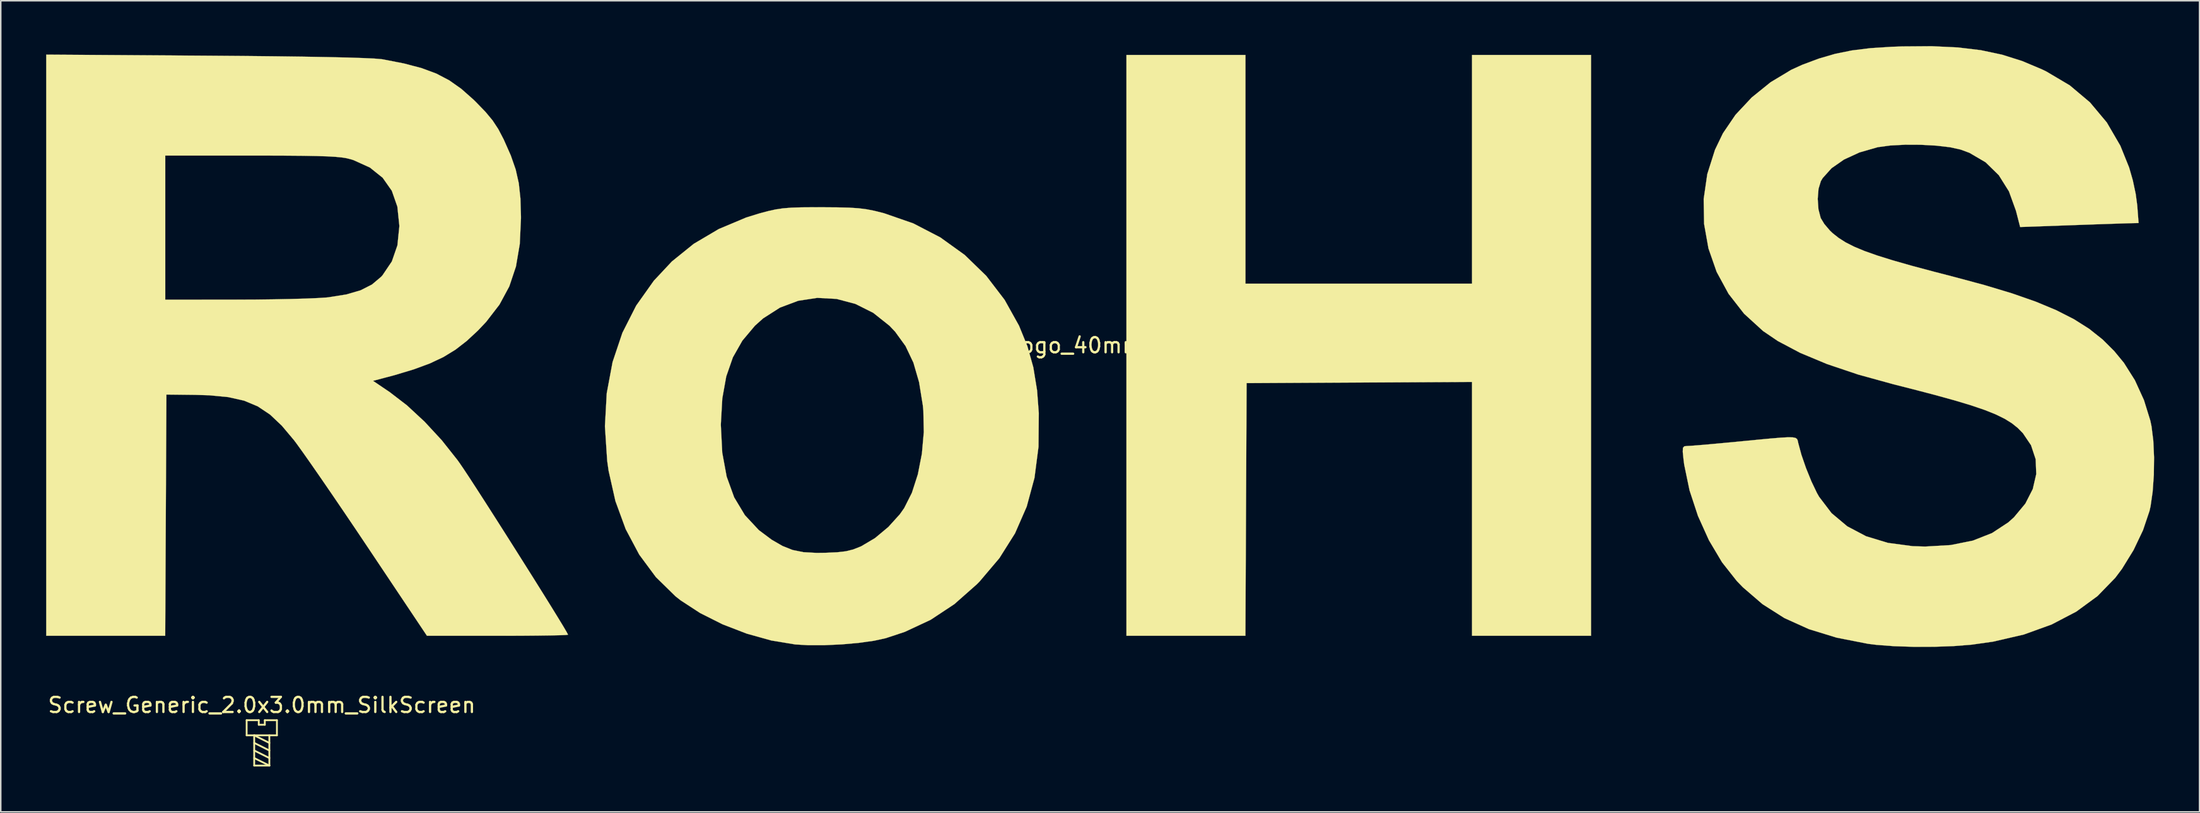
<source format=kicad_pcb>
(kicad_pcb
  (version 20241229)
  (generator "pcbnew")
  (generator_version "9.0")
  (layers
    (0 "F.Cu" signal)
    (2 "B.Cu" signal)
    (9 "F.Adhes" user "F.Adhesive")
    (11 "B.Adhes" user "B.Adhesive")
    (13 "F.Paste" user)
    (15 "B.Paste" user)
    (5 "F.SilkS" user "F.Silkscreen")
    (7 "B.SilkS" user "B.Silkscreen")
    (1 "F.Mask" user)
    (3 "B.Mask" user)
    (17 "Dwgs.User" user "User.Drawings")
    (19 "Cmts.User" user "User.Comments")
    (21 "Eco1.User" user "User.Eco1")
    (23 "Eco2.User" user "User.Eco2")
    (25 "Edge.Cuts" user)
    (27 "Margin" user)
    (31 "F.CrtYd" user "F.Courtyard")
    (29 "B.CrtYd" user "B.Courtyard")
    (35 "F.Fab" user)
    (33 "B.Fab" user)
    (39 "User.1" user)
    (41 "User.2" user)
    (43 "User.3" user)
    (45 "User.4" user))
  (footprint "RoHS-Logo_40mm_SilkScreen"
    (layer "F.Cu")
    (at 69.704 19.785)
    (property "Reference" "RoHS-Logo_40mm_SilkScreen" (at 0 0 0) (layer "F.SilkS") (effects (font (size 1 1) (thickness 0.15))))
    (attr exclude_from_pos_files exclude_from_bom)
    (fp_poly (pts (xy 9.525 -4.082) (xy 24.493 -4.082) (xy 24.493 -19.201) (xy 32.355 -19.201) (xy 32.355 19.201) (xy 24.493 19.201) (xy 24.493 2.416) (xy 9.601 2.495) (xy 9.522 19.201) (xy 1.663 19.201) (xy 1.663 -19.201) (xy 9.525 -19.201) (xy 9.525 -4.082)) (stroke (width 0.01) (type solid)) (fill yes) (layer "F.SilkS"))
    (fp_poly (pts (xy -18.445 -9.132) (xy -17.436 -9.125) (xy -16.658 -9.106) (xy -16.041 -9.066) (xy -15.514 -9) (xy -15.006 -8.901) (xy -14.447 -8.762) (xy -14.353 -8.737) (xy -12.419 -8.065) (xy -10.635 -7.14) (xy -9.022 -5.979) (xy -7.599 -4.597) (xy -6.387 -3.012) (xy -5.434 -1.302) (xy -4.88 0.057) (xy -4.489 1.453) (xy -4.242 2.971) (xy -4.128 4.476) (xy -4.147 6.701) (xy -4.412 8.758) (xy -4.927 10.661) (xy -5.698 12.426) (xy -6.732 14.068) (xy -8.033 15.603) (xy -8.233 15.806) (xy -9.709 17.11) (xy -11.273 18.144) (xy -12.977 18.94) (xy -14.238 19.359) (xy -15.027 19.531) (xy -16.025 19.67) (xy -17.142 19.769) (xy -18.285 19.822) (xy -19.365 19.823) (xy -20.216 19.773) (xy -21.794 19.513) (xy -23.421 19.059) (xy -25.017 18.443) (xy -26.5 17.698) (xy -27.791 16.856) (xy -28.134 16.585) (xy -29.425 15.319) (xy -30.524 13.834) (xy -31.418 12.152) (xy -32.097 10.296) (xy -32.548 8.29) (xy -32.641 7.635) (xy -32.791 5.346) (xy -32.788 5.292) (xy -25.132 5.292) (xy -25.04 7.093) (xy -24.749 8.675) (xy -24.252 10.048) (xy -23.545 11.224) (xy -22.623 12.214) (xy -21.771 12.851) (xy -21.063 13.26) (xy -20.397 13.526) (xy -19.679 13.672) (xy -18.812 13.72) (xy -18.218 13.713) (xy -17.441 13.678) (xy -16.865 13.611) (xy -16.39 13.493) (xy -15.917 13.306) (xy -15.842 13.272) (xy -14.947 12.74) (xy -14.069 12.008) (xy -13.309 11.168) (xy -13.02 10.757) (xy -12.511 9.746) (xy -12.117 8.522) (xy -11.851 7.161) (xy -11.725 5.735) (xy -11.755 4.319) (xy -11.789 3.967) (xy -12.036 2.435) (xy -12.411 1.142) (xy -12.932 0.043) (xy -13.618 -0.904) (xy -13.994 -1.3) (xy -15.066 -2.152) (xy -16.244 -2.742) (xy -17.489 -3.072) (xy -18.761 -3.141) (xy -20.02 -2.95) (xy -21.226 -2.498) (xy -22.34 -1.785) (xy -22.883 -1.298) (xy -23.711 -0.313) (xy -24.338 0.792) (xy -24.776 2.054) (xy -25.036 3.505) (xy -25.131 5.18) (xy -25.132 5.292) (xy -32.788 5.292) (xy -32.671 3.164) (xy -32.285 1.101) (xy -31.636 -0.834) (xy -30.726 -2.629) (xy -29.561 -4.273) (xy -28.369 -5.547) (xy -26.922 -6.716) (xy -25.268 -7.694) (xy -23.455 -8.456) (xy -22.59 -8.724) (xy -22.012 -8.878) (xy -21.515 -8.988) (xy -21.027 -9.061) (xy -20.479 -9.105) (xy -19.801 -9.127) (xy -18.922 -9.133) (xy -18.445 -9.132)) (stroke (width 0.01) (type solid)) (fill yes) (layer "F.SilkS"))
    (fp_poly (pts (xy -59.078 -19.153) (xy -56.703 -19.135) (xy -54.581 -19.113) (xy -52.719 -19.089) (xy -51.124 -19.061) (xy -49.802 -19.031) (xy -48.761 -18.997) (xy -48.007 -18.962) (xy -47.546 -18.923) (xy -47.474 -18.913) (xy -46.07 -18.639) (xy -44.909 -18.334) (xy -43.93 -17.971) (xy -43.074 -17.522) (xy -42.279 -16.961) (xy -41.486 -16.259) (xy -41.317 -16.094) (xy -40.681 -15.437) (xy -40.211 -14.871) (xy -39.836 -14.301) (xy -39.487 -13.633) (xy -39.468 -13.593) (xy -39.008 -12.555) (xy -38.686 -11.629) (xy -38.481 -10.716) (xy -38.373 -9.714) (xy -38.338 -8.525) (xy -38.338 -8.391) (xy -38.417 -6.698) (xy -38.668 -5.217) (xy -39.108 -3.899) (xy -39.758 -2.695) (xy -40.635 -1.557) (xy -41.185 -0.976) (xy -41.924 -0.29) (xy -42.663 0.283) (xy -43.457 0.769) (xy -44.359 1.194) (xy -45.421 1.586) (xy -46.698 1.971) (xy -47.604 2.212) (xy -48.112 2.343) (xy -46.999 3.097) (xy -45.867 3.967) (xy -44.7 5.05) (xy -43.567 6.275) (xy -42.538 7.574) (xy -42.386 7.786) (xy -42.126 8.168) (xy -41.748 8.74) (xy -41.273 9.471) (xy -40.72 10.329) (xy -40.11 11.283) (xy -39.462 12.301) (xy -38.796 13.352) (xy -38.133 14.403) (xy -37.491 15.423) (xy -36.892 16.381) (xy -36.355 17.245) (xy -35.9 17.984) (xy -35.547 18.564) (xy -35.317 18.956) (xy -35.228 19.127) (xy -35.227 19.13) (xy -35.372 19.148) (xy -35.784 19.164) (xy -36.424 19.178) (xy -37.258 19.189) (xy -38.248 19.197) (xy -39.358 19.201) (xy -39.888 19.201) (xy -44.548 19.201) (xy -48.411 13.418) (xy -49.243 12.176) (xy -50.062 10.964) (xy -50.844 9.815) (xy -51.566 8.762) (xy -52.206 7.839) (xy -52.74 7.079) (xy -53.145 6.516) (xy -53.33 6.269) (xy -54.132 5.314) (xy -54.911 4.577) (xy -55.724 4.033) (xy -56.627 3.655) (xy -57.675 3.42) (xy -58.925 3.3) (xy -59.863 3.272) (xy -61.761 3.251) (xy -61.8 11.226) (xy -61.84 19.201) (xy -69.699 19.201) (xy -69.699 -12.549) (xy -61.837 -12.549) (xy -61.837 -3.024) (xy -57.112 -3.025) (xy -55.872 -3.03) (xy -54.665 -3.045) (xy -53.54 -3.067) (xy -52.551 -3.095) (xy -51.747 -3.129) (xy -51.18 -3.166) (xy -51.066 -3.178) (xy -49.876 -3.367) (xy -48.931 -3.642) (xy -48.181 -4.024) (xy -47.577 -4.533) (xy -47.487 -4.632) (xy -46.868 -5.549) (xy -46.499 -6.616) (xy -46.374 -7.85) (xy -46.374 -7.938) (xy -46.503 -9.173) (xy -46.869 -10.221) (xy -47.473 -11.081) (xy -48.315 -11.757) (xy -49.396 -12.247) (xy -49.595 -12.309) (xy -49.852 -12.373) (xy -50.173 -12.425) (xy -50.59 -12.466) (xy -51.134 -12.497) (xy -51.836 -12.519) (xy -52.729 -12.535) (xy -53.842 -12.544) (xy -55.209 -12.548) (xy -56.119 -12.549) (xy -61.837 -12.549) (xy -69.699 -12.549) (xy -69.699 -19.223) (xy -59.078 -19.153)) (stroke (width 0.01) (type solid)) (fill yes) (layer "F.SilkS"))
    (fp_poly (pts (xy 56.578 -19.7) (xy 58.106 -19.517) (xy 59.507 -19.22) (xy 60.832 -18.802) (xy 62.137 -18.252) (xy 62.425 -18.113) (xy 63.982 -17.191) (xy 65.316 -16.067) (xy 66.429 -14.737) (xy 67.324 -13.198) (xy 67.902 -11.764) (xy 68.147 -10.911) (xy 68.338 -10.009) (xy 68.438 -9.262) (xy 68.528 -8.089) (xy 68.093 -8.08) (xy 67.819 -8.073) (xy 67.293 -8.056) (xy 66.564 -8.032) (xy 65.681 -8.002) (xy 64.693 -7.967) (xy 64.18 -7.949) (xy 60.703 -7.826) (xy 60.428 -8.895) (xy 59.964 -10.18) (xy 59.292 -11.253) (xy 58.419 -12.106) (xy 57.355 -12.73) (xy 56.772 -12.946) (xy 56.072 -13.1) (xy 55.166 -13.206) (xy 54.145 -13.263) (xy 53.104 -13.267) (xy 52.133 -13.216) (xy 51.325 -13.108) (xy 51.267 -13.096) (xy 50.092 -12.758) (xy 49.069 -12.288) (xy 48.242 -11.712) (xy 47.656 -11.058) (xy 47.536 -10.855) (xy 47.383 -10.347) (xy 47.33 -9.684) (xy 47.378 -8.998) (xy 47.527 -8.422) (xy 47.527 -8.422) (xy 47.766 -8.026) (xy 48.136 -7.591) (xy 48.316 -7.419) (xy 48.712 -7.105) (xy 49.175 -6.811) (xy 49.733 -6.527) (xy 50.416 -6.242) (xy 51.254 -5.945) (xy 52.277 -5.625) (xy 53.515 -5.272) (xy 54.998 -4.875) (xy 56.243 -4.553) (xy 58.335 -3.991) (xy 60.155 -3.443) (xy 61.729 -2.893) (xy 63.087 -2.327) (xy 64.257 -1.731) (xy 65.267 -1.091) (xy 66.146 -0.392) (xy 66.92 0.379) (xy 67.558 1.154) (xy 68.283 2.303) (xy 68.883 3.619) (xy 69.303 4.974) (xy 69.383 5.357) (xy 69.5 6.301) (xy 69.55 7.405) (xy 69.535 8.564) (xy 69.457 9.676) (xy 69.319 10.635) (xy 69.25 10.943) (xy 68.821 12.218) (xy 68.194 13.535) (xy 67.431 14.775) (xy 66.989 15.364) (xy 65.82 16.569) (xy 64.414 17.601) (xy 62.784 18.453) (xy 60.944 19.118) (xy 58.908 19.589) (xy 57.484 19.79) (xy 56.31 19.882) (xy 55 19.929) (xy 53.651 19.93) (xy 52.356 19.887) (xy 51.211 19.8) (xy 50.649 19.73) (xy 48.582 19.325) (xy 46.753 18.763) (xy 45.13 18.03) (xy 43.684 17.111) (xy 42.386 15.993) (xy 41.987 15.581) (xy 41.011 14.344) (xy 40.144 12.885) (xy 39.418 11.275) (xy 38.862 9.585) (xy 38.509 7.884) (xy 38.463 7.522) (xy 38.414 7.034) (xy 38.425 6.774) (xy 38.518 6.671) (xy 38.713 6.652) (xy 38.723 6.652) (xy 38.979 6.638) (xy 39.484 6.598) (xy 40.187 6.538) (xy 41.037 6.46) (xy 41.981 6.371) (xy 42.182 6.352) (xy 43.342 6.239) (xy 44.236 6.155) (xy 44.9 6.1) (xy 45.37 6.075) (xy 45.68 6.081) (xy 45.867 6.12) (xy 45.965 6.192) (xy 46.011 6.298) (xy 46.04 6.44) (xy 46.045 6.463) (xy 46.253 7.232) (xy 46.559 8.118) (xy 46.917 9) (xy 47.279 9.758) (xy 47.422 10.011) (xy 48.246 11.093) (xy 49.283 11.963) (xy 50.525 12.619) (xy 51.966 13.057) (xy 53.599 13.275) (xy 54.429 13.3) (xy 56.115 13.202) (xy 57.582 12.907) (xy 58.846 12.408) (xy 59.919 11.703) (xy 60.295 11.365) (xy 61.046 10.462) (xy 61.538 9.497) (xy 61.767 8.507) (xy 61.729 7.529) (xy 61.421 6.599) (xy 60.885 5.806) (xy 60.548 5.462) (xy 60.155 5.147) (xy 59.678 4.851) (xy 59.089 4.562) (xy 58.36 4.27) (xy 57.464 3.965) (xy 56.374 3.637) (xy 55.06 3.274) (xy 53.496 2.866) (xy 52.358 2.578) (xy 50.01 1.931) (xy 47.947 1.236) (xy 46.174 0.496) (xy 44.694 -0.288) (xy 43.721 -0.948) (xy 42.464 -2.095) (xy 41.439 -3.411) (xy 40.652 -4.86) (xy 40.112 -6.41) (xy 39.824 -8.027) (xy 39.796 -9.675) (xy 40.034 -11.323) (xy 40.545 -12.936) (xy 41.067 -14.021) (xy 41.899 -15.246) (xy 42.97 -16.39) (xy 44.218 -17.399) (xy 45.58 -18.219) (xy 46.298 -18.547) (xy 47.409 -18.963) (xy 48.479 -19.275) (xy 49.586 -19.5) (xy 50.805 -19.651) (xy 52.213 -19.741) (xy 52.919 -19.766) (xy 54.866 -19.78) (xy 56.578 -19.7)) (stroke (width 0.01) (type solid)) (fill yes) (layer "F.SilkS")))
  (footprint "Screw_Generic_2.0x3.0mm_SilkScreen"
    (layer "F.Cu")
    (at 14.244 46.068)
    (property "Reference" "Screw_Generic_2.0x3.0mm_SilkScreen" (at 0 -2.5 0) (layer "F.SilkS") (effects (font (size 1 1) (thickness 0.15))))
    (attr exclude_from_pos_files exclude_from_bom allow_missing_courtyard)
    (fp_line (start -1 -1.5) (end -0.2 -1.5) (stroke (width 0.12) (type default)) (layer "F.SilkS"))
    (fp_line (start -1 -0.5) (end -1 -1.5) (stroke (width 0.12) (type default)) (layer "F.SilkS"))
    (fp_line (start -1 -0.5) (end 1 -0.5) (stroke (width 0.12) (type default)) (layer "F.SilkS"))
    (fp_line (start -0.5 1.5) (end -0.5 -0.5) (stroke (width 0.12) (type default)) (layer "F.SilkS"))
    (fp_line (start -0.2 -1.5) (end -0.2 -1.2) (stroke (width 0.12) (type default)) (layer "F.SilkS"))
    (fp_line (start -0.2 -1.2) (end 0.2 -1.2) (stroke (width 0.12) (type default)) (layer "F.SilkS"))
    (fp_line (start 0.2 -1.5) (end 1 -1.5) (stroke (width 0.12) (type default)) (layer "F.SilkS"))
    (fp_line (start 0.2 -1.2) (end 0.2 -1.5) (stroke (width 0.12) (type default)) (layer "F.SilkS"))
    (fp_line (start 0.5 -0.5) (end 0.5 1.5) (stroke (width 0.12) (type default)) (layer "F.SilkS"))
    (fp_line (start 0.5 0) (end -0.5 -0.5) (stroke (width 0.12) (type default)) (layer "F.SilkS"))
    (fp_line (start 0.5 0.5) (end -0.5 0) (stroke (width 0.12) (type default)) (layer "F.SilkS"))
    (fp_line (start 0.5 1) (end -0.5 0.5) (stroke (width 0.12) (type default)) (layer "F.SilkS"))
    (fp_line (start 0.5 1.5) (end -0.5 1) (stroke (width 0.12) (type default)) (layer "F.SilkS"))
    (fp_line (start 0.5 1.5) (end -0.5 1.5) (stroke (width 0.12) (type default)) (layer "F.SilkS"))
    (fp_line (start 1 -1.5) (end 1 -0.5) (stroke (width 0.12) (type default)) (layer "F.SilkS")))
  (gr_rect
    (start -3 -3)
    (end 142.259 50.628)
    (stroke (width 0.1) (type default))
    (fill no)
    (layer "Edge.Cuts")))
</source>
